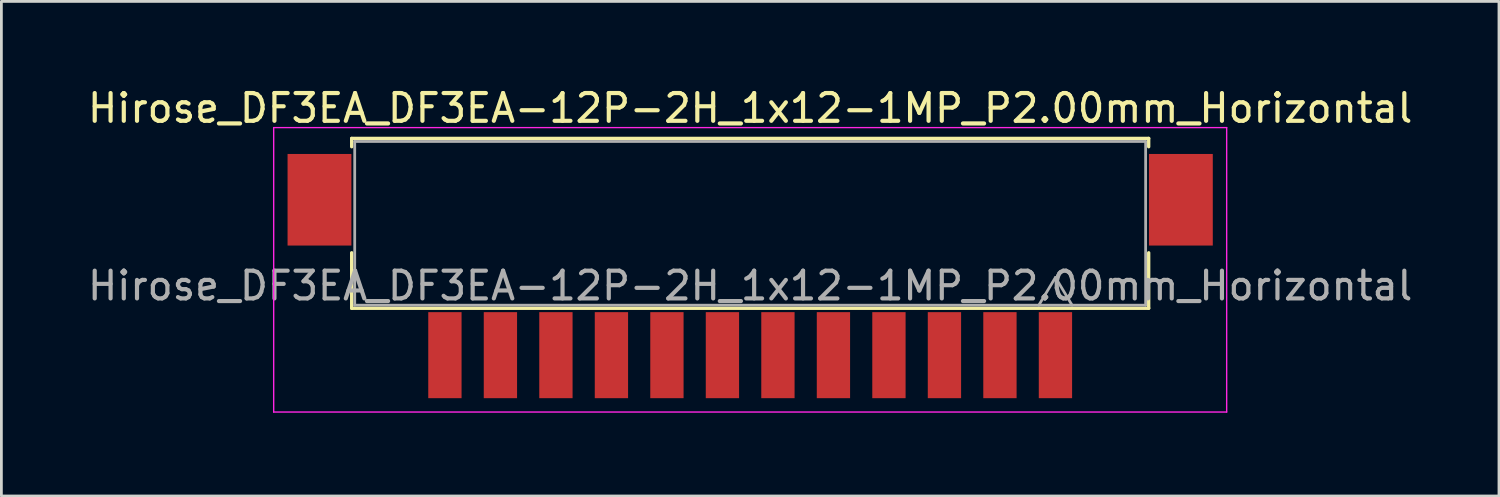
<source format=kicad_pcb>
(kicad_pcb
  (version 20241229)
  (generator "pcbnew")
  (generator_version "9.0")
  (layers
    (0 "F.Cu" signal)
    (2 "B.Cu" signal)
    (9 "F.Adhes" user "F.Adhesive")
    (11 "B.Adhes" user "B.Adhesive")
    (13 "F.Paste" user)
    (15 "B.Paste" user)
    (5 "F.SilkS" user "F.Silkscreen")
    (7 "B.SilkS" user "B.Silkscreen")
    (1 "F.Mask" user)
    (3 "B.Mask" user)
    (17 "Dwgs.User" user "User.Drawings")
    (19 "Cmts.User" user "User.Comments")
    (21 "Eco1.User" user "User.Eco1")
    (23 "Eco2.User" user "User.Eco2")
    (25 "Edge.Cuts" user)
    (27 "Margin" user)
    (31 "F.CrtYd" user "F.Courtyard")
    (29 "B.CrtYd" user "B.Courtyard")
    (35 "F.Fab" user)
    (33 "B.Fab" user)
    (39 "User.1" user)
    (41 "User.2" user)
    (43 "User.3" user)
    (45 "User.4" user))
  (footprint "Hirose_DF3EA_DF3EA-12P-2H_1x12-1MP_P2.00mm_Horizontal"
    (layer "F.Cu")
    (at 23.982 8.198)
    (property "Reference" "Hirose_DF3EA_DF3EA-12P-2H_1x12-1MP_P2.00mm_Horizontal" (at 0 -7.35 0) (layer "F.SilkS") (effects (font (size 1 1) (thickness 0.15))))
    (attr smd)
    (fp_line (start -14.36 -6.26) (end 14.36 -6.26) (stroke (width 0.12) (type solid)) (layer "F.SilkS"))
    (fp_line (start -14.36 -5.96) (end -14.36 -6.26) (stroke (width 0.12) (type solid)) (layer "F.SilkS"))
    (fp_line (start -14.36 -2.14) (end -14.36 -0.14) (stroke (width 0.12) (type solid)) (layer "F.SilkS"))
    (fp_line (start -14.36 -0.14) (end 14.36 -0.14) (stroke (width 0.12) (type solid)) (layer "F.SilkS"))
    (fp_line (start 14.36 -6.26) (end 14.36 -5.96) (stroke (width 0.12) (type solid)) (layer "F.SilkS"))
    (fp_line (start 14.36 -0.14) (end 14.36 -2.14) (stroke (width 0.12) (type solid)) (layer "F.SilkS"))
    (fp_line (start -17.17 -6.65) (end 17.17 -6.65) (stroke (width 0.05) (type solid)) (layer "F.CrtYd"))
    (fp_line (start -17.17 3.6) (end -17.17 -6.65) (stroke (width 0.05) (type solid)) (layer "F.CrtYd"))
    (fp_line (start 17.17 -6.65) (end 17.17 3.6) (stroke (width 0.05) (type solid)) (layer "F.CrtYd"))
    (fp_line (start 17.17 3.6) (end -17.17 3.6) (stroke (width 0.05) (type solid)) (layer "F.CrtYd"))
    (fp_line (start -14.25 -6.15) (end 14.25 -6.15) (stroke (width 0.1) (type solid)) (layer "F.Fab"))
    (fp_line (start -14.25 -0.25) (end -14.25 -6.15) (stroke (width 0.1) (type solid)) (layer "F.Fab"))
    (fp_line (start 10.4 -0.25) (end 11 -1.25) (stroke (width 0.1) (type solid)) (layer "F.Fab"))
    (fp_line (start 11 -1.25) (end 11.6 -0.25) (stroke (width 0.1) (type solid)) (layer "F.Fab"))
    (fp_line (start 14.25 -6.15) (end 14.25 -0.25) (stroke (width 0.1) (type solid)) (layer "F.Fab"))
    (fp_line (start 14.25 -0.25) (end -14.25 -0.25) (stroke (width 0.1) (type solid)) (layer "F.Fab"))
    (fp_text user "${REFERENCE}" (at 0 -0.95 0) (layer "F.Fab") (effects (font (size 1 1) (thickness 0.15))))
    (pad "" smd rect (at -15.52 -4.05) (size 2.3 3.3) (layers "F.Cu" "F.Mask" "F.Paste"))
    (pad "" smd rect (at 15.52 -4.05) (size 2.3 3.3) (layers "F.Cu" "F.Mask" "F.Paste"))
    (pad "1" smd rect (at 11 1.55) (size 1.2 3.1) (layers "F.Cu" "F.Mask" "F.Paste"))
    (pad "2" smd rect (at 9 1.55) (size 1.2 3.1) (layers "F.Cu" "F.Mask" "F.Paste"))
    (pad "3" smd rect (at 7 1.55) (size 1.2 3.1) (layers "F.Cu" "F.Mask" "F.Paste"))
    (pad "4" smd rect (at 5 1.55) (size 1.2 3.1) (layers "F.Cu" "F.Mask" "F.Paste"))
    (pad "5" smd rect (at 3 1.55) (size 1.2 3.1) (layers "F.Cu" "F.Mask" "F.Paste"))
    (pad "6" smd rect (at 1 1.55) (size 1.2 3.1) (layers "F.Cu" "F.Mask" "F.Paste"))
    (pad "7" smd rect (at -1 1.55) (size 1.2 3.1) (layers "F.Cu" "F.Mask" "F.Paste"))
    (pad "8" smd rect (at -3 1.55) (size 1.2 3.1) (layers "F.Cu" "F.Mask" "F.Paste"))
    (pad "9" smd rect (at -5 1.55) (size 1.2 3.1) (layers "F.Cu" "F.Mask" "F.Paste"))
    (pad "10" smd rect (at -7 1.55) (size 1.2 3.1) (layers "F.Cu" "F.Mask" "F.Paste"))
    (pad "11" smd rect (at -9 1.55) (size 1.2 3.1) (layers "F.Cu" "F.Mask" "F.Paste"))
    (pad "12" smd rect (at -11 1.55) (size 1.2 3.1) (layers "F.Cu" "F.Mask" "F.Paste")))
  (gr_rect
    (start -3 -3)
    (end 50.964 14.823)
    (stroke (width 0.1) (type default))
    (fill no)
    (layer "Edge.Cuts")))
</source>
